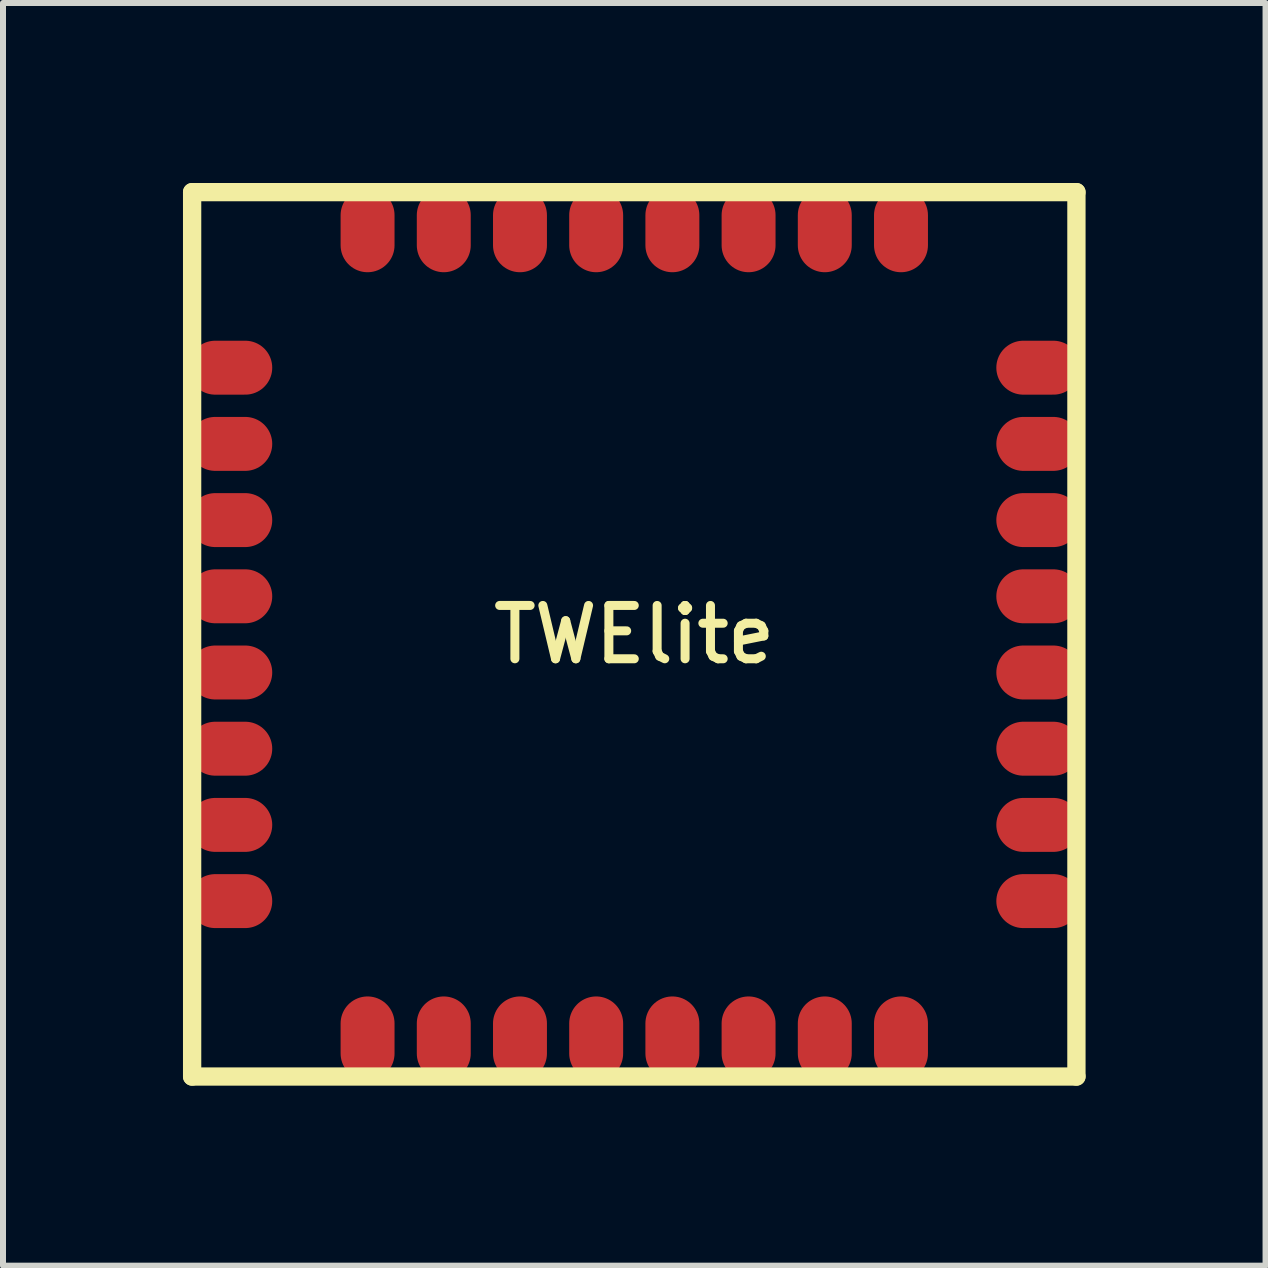
<source format=kicad_pcb>
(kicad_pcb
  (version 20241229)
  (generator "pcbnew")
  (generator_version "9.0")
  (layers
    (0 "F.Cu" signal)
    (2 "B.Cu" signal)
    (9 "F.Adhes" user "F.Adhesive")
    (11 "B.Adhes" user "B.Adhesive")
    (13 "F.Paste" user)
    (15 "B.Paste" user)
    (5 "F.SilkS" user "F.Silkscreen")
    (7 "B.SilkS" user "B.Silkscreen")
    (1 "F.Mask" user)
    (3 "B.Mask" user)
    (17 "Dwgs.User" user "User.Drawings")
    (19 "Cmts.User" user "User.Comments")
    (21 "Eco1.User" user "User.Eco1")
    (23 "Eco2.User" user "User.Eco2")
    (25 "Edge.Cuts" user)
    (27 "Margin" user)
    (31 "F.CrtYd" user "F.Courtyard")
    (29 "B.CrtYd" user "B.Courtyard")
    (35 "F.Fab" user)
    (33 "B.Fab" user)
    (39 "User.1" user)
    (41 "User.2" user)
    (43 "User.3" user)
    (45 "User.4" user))
  (footprint "TWElite"
    (layer "F.Cu")
    (at 7.521 7.526)
    (property "Reference" "TWElite" (at 0 0 0) (layer "F.SilkS") (effects (font (size 0.889 0.889) (thickness 0.15))))
    (attr through_hole)
    (fp_line (start -7.369 -7.374) (end -7.369 7.366) (stroke (width 0.305) (type solid)) (layer "F.SilkS"))
    (fp_line (start -7.369 7.366) (end 7.369 7.366) (stroke (width 0.305) (type solid)) (layer "F.SilkS"))
    (fp_line (start 7.369 -7.374) (end -7.369 -7.374) (stroke (width 0.305) (type solid)) (layer "F.SilkS"))
    (fp_line (start 7.369 7.366) (end 7.369 -7.374) (stroke (width 0.305) (type solid)) (layer "F.SilkS"))
    (pad "1" smd oval (at -4.445 6.731) (size 0.899 1.4) (layers "F.Cu" "F.Mask" "F.Paste"))
    (pad "2" smd oval (at -3.175 6.731) (size 0.899 1.4) (layers "F.Cu" "F.Mask" "F.Paste"))
    (pad "3" smd oval (at -1.905 6.731) (size 0.899 1.4) (layers "F.Cu" "F.Mask" "F.Paste"))
    (pad "4" smd oval (at -0.635 6.731) (size 0.899 1.4) (layers "F.Cu" "F.Mask" "F.Paste"))
    (pad "5" smd oval (at 0.635 6.731) (size 0.899 1.4) (layers "F.Cu" "F.Mask" "F.Paste"))
    (pad "6" smd oval (at 1.905 6.731) (size 0.899 1.4) (layers "F.Cu" "F.Mask" "F.Paste"))
    (pad "7" smd oval (at 3.175 6.731) (size 0.899 1.4) (layers "F.Cu" "F.Mask" "F.Paste"))
    (pad "8" smd oval (at 4.445 6.731) (size 0.899 1.4) (layers "F.Cu" "F.Mask" "F.Paste"))
    (pad "9" smd oval (at 6.734 4.442 270) (size 0.899 1.4) (layers "F.Cu" "F.Mask" "F.Paste"))
    (pad "10" smd oval (at 6.734 3.172 270) (size 0.899 1.4) (layers "F.Cu" "F.Mask" "F.Paste"))
    (pad "11" smd oval (at 6.734 1.902 270) (size 0.899 1.4) (layers "F.Cu" "F.Mask" "F.Paste"))
    (pad "12" smd oval (at 6.734 0.632 270) (size 0.899 1.4) (layers "F.Cu" "F.Mask" "F.Paste"))
    (pad "13" smd oval (at 6.734 -0.638 270) (size 0.899 1.4) (layers "F.Cu" "F.Mask" "F.Paste"))
    (pad "14" smd oval (at 6.734 -1.908 270) (size 0.899 1.4) (layers "F.Cu" "F.Mask" "F.Paste"))
    (pad "15" smd oval (at 6.734 -3.178 270) (size 0.899 1.4) (layers "F.Cu" "F.Mask" "F.Paste"))
    (pad "16" smd oval (at 6.734 -4.448 270) (size 0.899 1.4) (layers "F.Cu" "F.Mask" "F.Paste"))
    (pad "17" smd oval (at 4.445 -6.739 180) (size 0.899 1.4) (layers "F.Cu" "F.Mask" "F.Paste"))
    (pad "18" smd oval (at 3.175 -6.739 180) (size 0.899 1.4) (layers "F.Cu" "F.Mask" "F.Paste"))
    (pad "19" smd oval (at 1.905 -6.739 180) (size 0.899 1.4) (layers "F.Cu" "F.Mask" "F.Paste"))
    (pad "20" smd oval (at 0.635 -6.739 180) (size 0.899 1.4) (layers "F.Cu" "F.Mask" "F.Paste"))
    (pad "21" smd oval (at -0.635 -6.739 180) (size 0.899 1.4) (layers "F.Cu" "F.Mask" "F.Paste"))
    (pad "22" smd oval (at -1.905 -6.739 180) (size 0.899 1.4) (layers "F.Cu" "F.Mask" "F.Paste"))
    (pad "23" smd oval (at -3.175 -6.739 180) (size 0.899 1.4) (layers "F.Cu" "F.Mask" "F.Paste"))
    (pad "24" smd oval (at -4.445 -6.739 180) (size 0.899 1.4) (layers "F.Cu" "F.Mask" "F.Paste"))
    (pad "25" smd oval (at -6.734 -4.448 90) (size 0.899 1.4) (layers "F.Cu" "F.Mask" "F.Paste"))
    (pad "26" smd oval (at -6.734 -3.178 90) (size 0.899 1.4) (layers "F.Cu" "F.Mask" "F.Paste"))
    (pad "27" smd oval (at -6.734 -1.908 90) (size 0.899 1.4) (layers "F.Cu" "F.Mask" "F.Paste"))
    (pad "28" smd oval (at -6.734 -0.638 90) (size 0.899 1.4) (layers "F.Cu" "F.Mask" "F.Paste"))
    (pad "29" smd oval (at -6.734 0.632 90) (size 0.899 1.4) (layers "F.Cu" "F.Mask" "F.Paste"))
    (pad "30" smd oval (at -6.734 1.902 90) (size 0.899 1.4) (layers "F.Cu" "F.Mask" "F.Paste"))
    (pad "31" smd oval (at -6.734 3.172 90) (size 0.899 1.4) (layers "F.Cu" "F.Mask" "F.Paste"))
    (pad "32" smd oval (at -6.734 4.442 90) (size 0.899 1.4) (layers "F.Cu" "F.Mask" "F.Paste")))
  (gr_rect
    (start -3 -3)
    (end 18.042 18.044)
    (stroke (width 0.1) (type default))
    (fill no)
    (layer "Edge.Cuts")))
</source>
